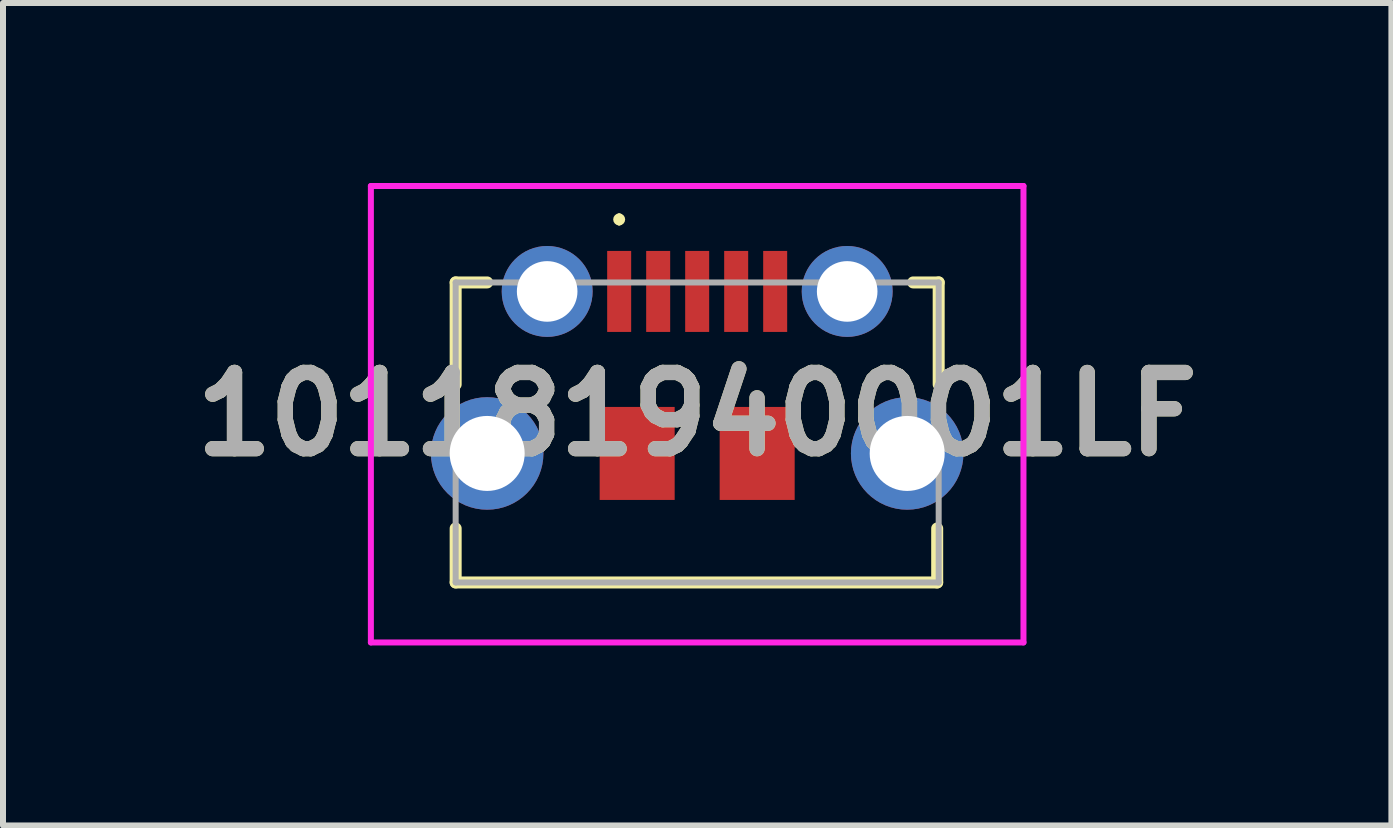
<source format=kicad_pcb>
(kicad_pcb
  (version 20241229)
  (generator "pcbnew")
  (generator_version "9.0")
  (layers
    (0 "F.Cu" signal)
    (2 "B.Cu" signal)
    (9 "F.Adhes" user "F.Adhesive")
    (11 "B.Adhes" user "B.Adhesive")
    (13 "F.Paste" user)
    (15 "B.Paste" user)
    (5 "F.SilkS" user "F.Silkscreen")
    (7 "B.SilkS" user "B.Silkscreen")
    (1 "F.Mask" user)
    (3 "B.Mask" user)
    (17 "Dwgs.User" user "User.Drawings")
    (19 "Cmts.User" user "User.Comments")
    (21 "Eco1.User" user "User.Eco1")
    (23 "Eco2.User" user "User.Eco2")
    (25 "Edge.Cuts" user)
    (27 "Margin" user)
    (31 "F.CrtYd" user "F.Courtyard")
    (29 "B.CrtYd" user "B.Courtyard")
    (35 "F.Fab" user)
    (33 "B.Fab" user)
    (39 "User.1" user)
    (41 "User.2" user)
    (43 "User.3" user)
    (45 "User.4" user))
  (footprint "101181940001LF"
    (layer "F.Cu")
    (at 8.569 4.157)
    (property "Reference" "101181940001LF" (at 0 -0.304 0) (layer "F.SilkS") (effects (font (size 1.27 1.27) (thickness 0.254))))
    (attr through_hole)
    (fp_line (start -4.025 -2.5) (end -3.5 -2.5) (stroke (width 0.2) (type solid)) (layer "F.SilkS"))
    (fp_line (start -4.025 -0.8) (end -4.025 -2.5) (stroke (width 0.2) (type solid)) (layer "F.SilkS"))
    (fp_line (start -4.025 1.6) (end -4.025 2.5) (stroke (width 0.2) (type solid)) (layer "F.SilkS"))
    (fp_line (start -4.025 2.5) (end 4 2.5) (stroke (width 0.2) (type solid)) (layer "F.SilkS"))
    (fp_line (start -1.3 -3.6) (end -1.3 -3.6) (stroke (width 0.1) (type solid)) (layer "F.SilkS"))
    (fp_line (start -1.3 -3.5) (end -1.3 -3.5) (stroke (width 0.1) (type solid)) (layer "F.SilkS"))
    (fp_line (start 3.6 -2.5) (end 4.025 -2.5) (stroke (width 0.2) (type solid)) (layer "F.SilkS"))
    (fp_line (start 4 2.5) (end 4 1.6) (stroke (width 0.2) (type solid)) (layer "F.SilkS"))
    (fp_line (start 4.025 -2.5) (end 4.025 -0.8) (stroke (width 0.2) (type solid)) (layer "F.SilkS"))
    (fp_arc (start -1.3 -3.6) (mid -1.25 -3.55) (end -1.3 -3.5) (stroke (width 0.1) (type solid)) (layer "F.SilkS"))
    (fp_arc (start -1.3 -3.5) (mid -1.35 -3.55) (end -1.3 -3.6) (stroke (width 0.1) (type solid)) (layer "F.SilkS"))
    (fp_line (start -5.438 -4.107) (end 5.438 -4.107) (stroke (width 0.1) (type solid)) (layer "F.CrtYd"))
    (fp_line (start -5.438 3.5) (end -5.438 -4.107) (stroke (width 0.1) (type solid)) (layer "F.CrtYd"))
    (fp_line (start 5.438 -4.107) (end 5.438 3.5) (stroke (width 0.1) (type solid)) (layer "F.CrtYd"))
    (fp_line (start 5.438 3.5) (end -5.438 3.5) (stroke (width 0.1) (type solid)) (layer "F.CrtYd"))
    (fp_line (start -4.025 -2.5) (end -4.025 2.5) (stroke (width 0.1) (type solid)) (layer "F.Fab"))
    (fp_line (start -4.025 2.5) (end 4.025 2.5) (stroke (width 0.1) (type solid)) (layer "F.Fab"))
    (fp_line (start 4.025 -2.5) (end -4.025 -2.5) (stroke (width 0.1) (type solid)) (layer "F.Fab"))
    (fp_line (start 4.025 2.5) (end 4.025 -2.5) (stroke (width 0.1) (type solid)) (layer "F.Fab"))
    (fp_text user "${REFERENCE}" (at 0 -0.304 0) (layer "F.Fab") (effects (font (size 1.27 1.27) (thickness 0.254))))
    (pad "1" smd rect (at -1.3 -2.35) (size 0.4 1.35) (layers "F.Cu" "F.Mask" "F.Paste"))
    (pad "2" smd rect (at -0.65 -2.35) (size 0.4 1.35) (layers "F.Cu" "F.Mask" "F.Paste"))
    (pad "3" smd rect (at 0 -2.35) (size 0.4 1.35) (layers "F.Cu" "F.Mask" "F.Paste"))
    (pad "4" smd rect (at 0.65 -2.35) (size 0.4 1.35) (layers "F.Cu" "F.Mask" "F.Paste"))
    (pad "5" smd rect (at 1.3 -2.35) (size 0.4 1.35) (layers "F.Cu" "F.Mask" "F.Paste"))
    (pad "MH1" thru_hole circle (at -2.5 -2.35) (size 1.515 1.515) (drill 1.01) (layers "*.Cu" "*.Mask"))
    (pad "MH2" thru_hole circle (at -3.5 0.35) (size 1.875 1.875) (drill 1.25) (layers "*.Cu" "*.Mask"))
    (pad "MH3" thru_hole circle (at 3.5 0.35) (size 1.875 1.875) (drill 1.25) (layers "*.Cu" "*.Mask"))
    (pad "MH4" thru_hole circle (at 2.5 -2.35) (size 1.515 1.515) (drill 1.01) (layers "*.Cu" "*.Mask"))
    (pad "MP1" smd rect (at -1 0.35) (size 1.25 1.55) (layers "F.Cu" "F.Mask" "F.Paste"))
    (pad "MP2" smd rect (at 1 0.35) (size 1.25 1.55) (layers "F.Cu" "F.Mask" "F.Paste")))
  (gr_rect
    (start -3 -3)
    (end 20.139 10.707)
    (stroke (width 0.1) (type default))
    (fill no)
    (layer "Edge.Cuts")))
</source>
